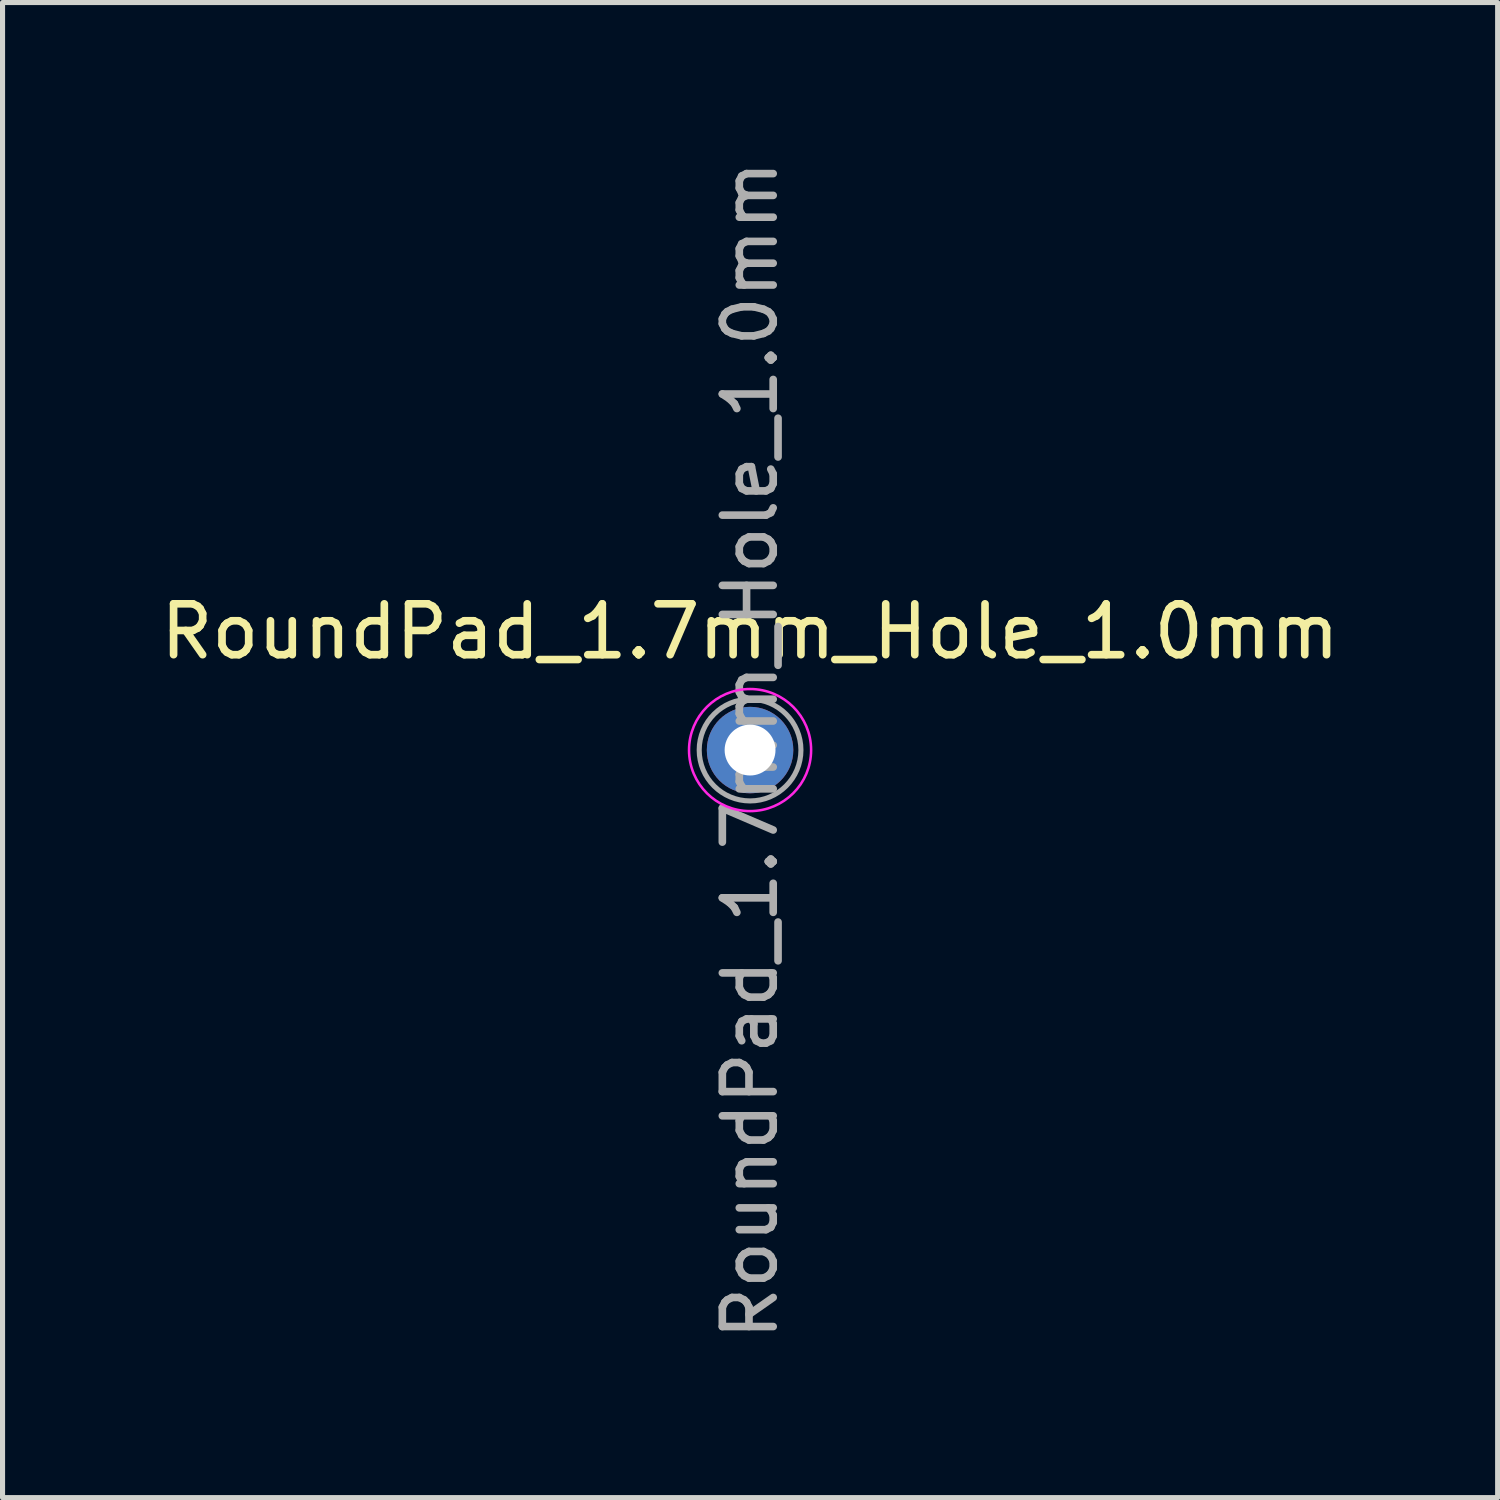
<source format=kicad_pcb>
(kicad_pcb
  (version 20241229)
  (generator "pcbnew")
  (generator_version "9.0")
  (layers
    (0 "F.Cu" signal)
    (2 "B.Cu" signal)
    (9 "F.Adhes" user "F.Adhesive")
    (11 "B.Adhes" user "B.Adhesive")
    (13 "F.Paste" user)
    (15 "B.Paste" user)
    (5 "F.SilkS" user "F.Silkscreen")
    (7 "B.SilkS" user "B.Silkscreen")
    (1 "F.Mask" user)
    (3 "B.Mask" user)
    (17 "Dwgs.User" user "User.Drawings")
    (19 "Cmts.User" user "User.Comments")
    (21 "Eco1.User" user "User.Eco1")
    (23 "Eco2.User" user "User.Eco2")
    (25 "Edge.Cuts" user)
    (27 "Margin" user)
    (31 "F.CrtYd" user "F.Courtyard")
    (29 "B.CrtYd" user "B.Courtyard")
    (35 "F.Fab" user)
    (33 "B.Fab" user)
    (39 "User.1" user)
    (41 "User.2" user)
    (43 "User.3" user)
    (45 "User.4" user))
  (footprint "RoundPad_1.7mm_Hole_1.0mm"
    (layer "F.Cu")
    (at 11.696 11.696)
    (property "Reference" "RoundPad_1.7mm_Hole_1.0mm" (at 0 -2.33 0) (layer "F.SilkS") (effects (font (size 1 1) (thickness 0.15))))
    (attr through_hole)
    (fp_circle (center 0 0) (end 1.2 0) (stroke (width 0.05) (type default)) (fill no) (layer "F.CrtYd"))
    (fp_circle (center 0 0) (end 1 0) (stroke (width 0.1) (type default)) (fill no) (layer "F.Fab"))
    (fp_text user "${REFERENCE}" (at 0 0 90) (layer "F.Fab") (effects (font (size 1 1) (thickness 0.15))))
    (pad "1" thru_hole circle (at 0 0) (size 1.7 1.7) (drill 1) (layers "*.Cu" "*.Mask")))
  (gr_rect
    (start -3 -3)
    (end 26.393 26.393)
    (stroke (width 0.1) (type default))
    (fill no)
    (layer "Edge.Cuts")))
</source>
